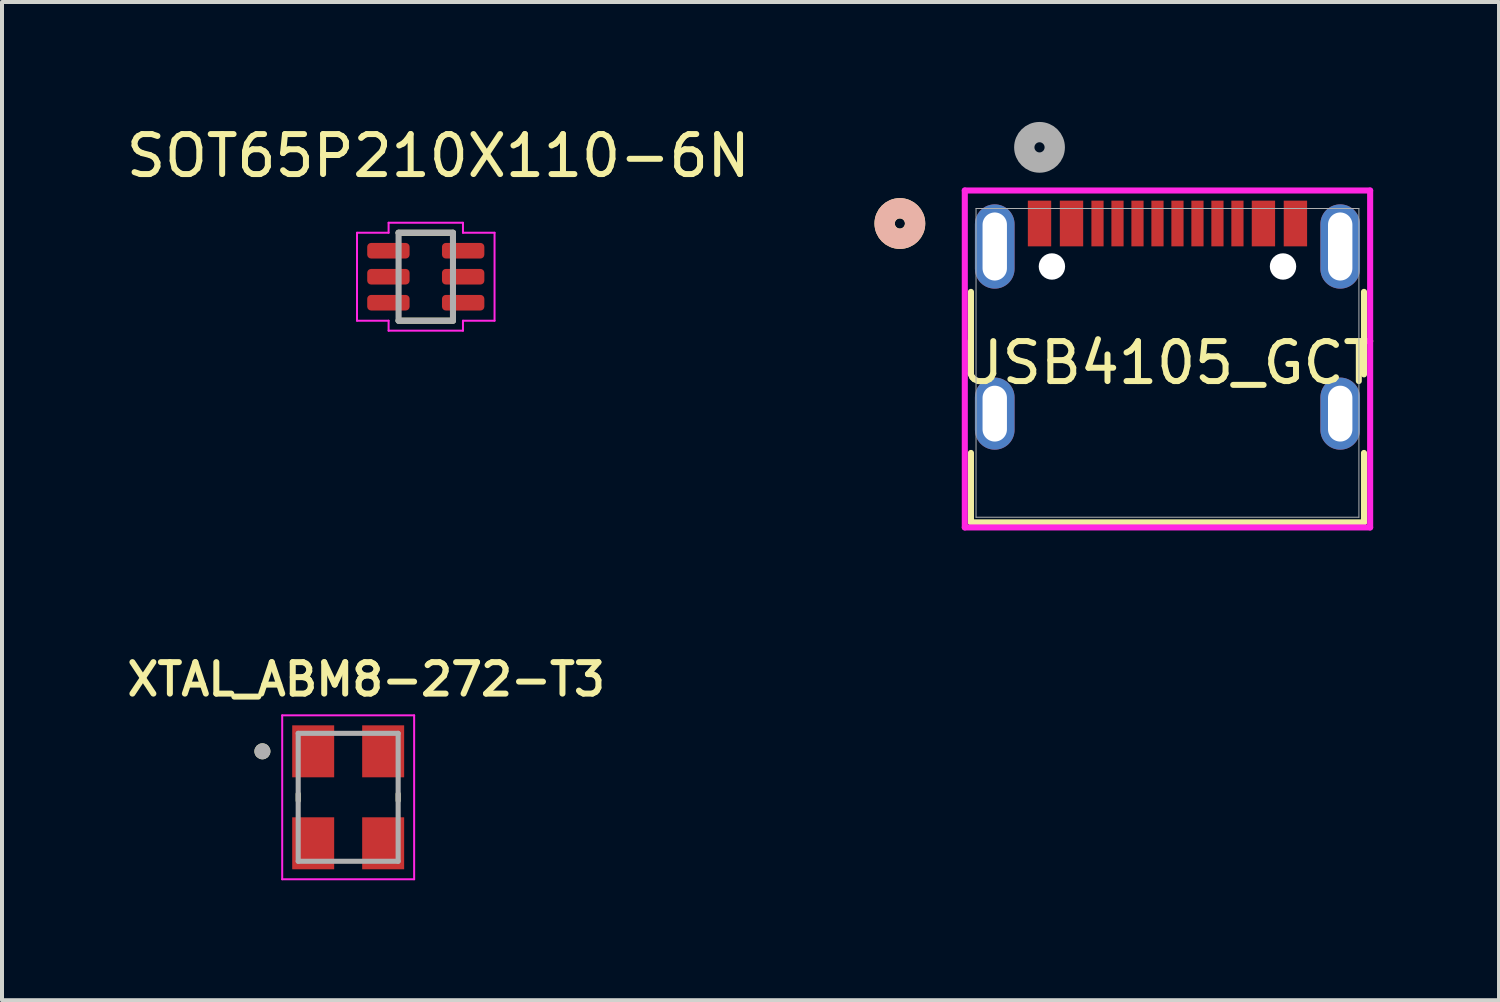
<source format=kicad_pcb>
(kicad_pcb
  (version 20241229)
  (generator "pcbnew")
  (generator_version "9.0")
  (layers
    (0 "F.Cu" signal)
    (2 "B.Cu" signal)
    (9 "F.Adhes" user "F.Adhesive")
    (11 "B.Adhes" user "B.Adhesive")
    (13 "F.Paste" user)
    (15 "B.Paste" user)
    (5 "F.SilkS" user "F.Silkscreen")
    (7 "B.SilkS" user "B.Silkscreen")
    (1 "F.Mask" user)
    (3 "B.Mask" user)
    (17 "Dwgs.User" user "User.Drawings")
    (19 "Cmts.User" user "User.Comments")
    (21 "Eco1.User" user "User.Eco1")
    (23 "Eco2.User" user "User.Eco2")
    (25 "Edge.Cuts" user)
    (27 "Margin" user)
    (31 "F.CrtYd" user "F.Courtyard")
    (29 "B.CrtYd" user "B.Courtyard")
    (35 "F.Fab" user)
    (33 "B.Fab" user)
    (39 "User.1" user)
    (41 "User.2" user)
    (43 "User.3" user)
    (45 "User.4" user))
  (footprint "XTAL_ABM8-272-T3"
    (layer "F.Cu")
    (at 5.658 16.891)
    (property "Reference" "XTAL_ABM8-272-T3" (at 0.45 -2.95 0) (layer "F.SilkS") (effects (font (size 0.787 0.787) (thickness 0.15))))
    (attr smd)
    (fp_line (start -1.25 -0.085) (end -1.25 0.085) (stroke (width 0.127) (type solid)) (layer "F.SilkS"))
    (fp_line (start 1.25 -0.085) (end 1.25 0.085) (stroke (width 0.127) (type solid)) (layer "F.SilkS"))
    (fp_circle (center -2.145 -1.15) (end -2.045 -1.15) (stroke (width 0.2) (type solid)) (fill no) (layer "F.SilkS"))
    (fp_line (start -1.65 -2.05) (end -1.65 2.05) (stroke (width 0.05) (type solid)) (layer "F.CrtYd"))
    (fp_line (start -1.65 2.05) (end 1.65 2.05) (stroke (width 0.05) (type solid)) (layer "F.CrtYd"))
    (fp_line (start 1.65 -2.05) (end -1.65 -2.05) (stroke (width 0.05) (type solid)) (layer "F.CrtYd"))
    (fp_line (start 1.65 2.05) (end 1.65 -2.05) (stroke (width 0.05) (type solid)) (layer "F.CrtYd"))
    (fp_line (start -1.25 -1.6) (end -1.25 1.6) (stroke (width 0.127) (type solid)) (layer "F.Fab"))
    (fp_line (start -1.25 1.6) (end 1.25 1.6) (stroke (width 0.127) (type solid)) (layer "F.Fab"))
    (fp_line (start 1.25 -1.6) (end -1.25 -1.6) (stroke (width 0.127) (type solid)) (layer "F.Fab"))
    (fp_line (start 1.25 1.6) (end 1.25 -1.6) (stroke (width 0.127) (type solid)) (layer "F.Fab"))
    (fp_circle (center -2.145 -1.15) (end -2.045 -1.15) (stroke (width 0.2) (type solid)) (fill no) (layer "F.Fab"))
    (pad "1" smd rect (at -0.875 -1.15) (size 1.05 1.3) (layers "F.Cu" "F.Mask" "F.Paste"))
    (pad "2" smd rect (at -0.875 1.15) (size 1.05 1.3) (layers "F.Cu" "F.Mask" "F.Paste"))
    (pad "3" smd rect (at 0.875 1.15) (size 1.05 1.3) (layers "F.Cu" "F.Mask" "F.Paste"))
    (pad "4" smd rect (at 0.875 -1.15) (size 1.05 1.3) (layers "F.Cu" "F.Mask" "F.Paste")))
  (footprint "SOT65P210X110-6N"
    (layer "F.Cu")
    (at 7.599 3.871)
    (property "Reference" "SOT65P210X110-6N" (at 0.312 -3.023 0) (layer "F.SilkS") (effects (font (size 1 1) (thickness 0.15))))
    (attr smd)
    (fp_line (start -0.68 1.1) (end 0.68 1.1) (stroke (width 0.152) (type solid)) (layer "F.SilkS"))
    (fp_line (start 0.68 -1.1) (end -0.68 -1.1) (stroke (width 0.152) (type solid)) (layer "F.SilkS"))
    (fp_line (start -1.72 -1.1) (end -0.93 -1.1) (stroke (width 0.05) (type solid)) (layer "F.CrtYd"))
    (fp_line (start -1.72 1.1) (end -1.72 -1.1) (stroke (width 0.05) (type solid)) (layer "F.CrtYd"))
    (fp_line (start -0.93 -1.35) (end 0.93 -1.35) (stroke (width 0.05) (type solid)) (layer "F.CrtYd"))
    (fp_line (start -0.93 -1.1) (end -0.93 -1.35) (stroke (width 0.05) (type solid)) (layer "F.CrtYd"))
    (fp_line (start -0.93 1.1) (end -1.72 1.1) (stroke (width 0.05) (type solid)) (layer "F.CrtYd"))
    (fp_line (start -0.93 1.35) (end -0.93 1.1) (stroke (width 0.05) (type solid)) (layer "F.CrtYd"))
    (fp_line (start 0.93 -1.35) (end 0.93 -1.1) (stroke (width 0.05) (type solid)) (layer "F.CrtYd"))
    (fp_line (start 0.93 -1.1) (end 1.72 -1.1) (stroke (width 0.05) (type solid)) (layer "F.CrtYd"))
    (fp_line (start 0.93 1.1) (end 0.93 1.35) (stroke (width 0.05) (type solid)) (layer "F.CrtYd"))
    (fp_line (start 0.93 1.35) (end -0.93 1.35) (stroke (width 0.05) (type solid)) (layer "F.CrtYd"))
    (fp_line (start 1.72 -1.1) (end 1.72 1.1) (stroke (width 0.05) (type solid)) (layer "F.CrtYd"))
    (fp_line (start 1.72 1.1) (end 0.93 1.1) (stroke (width 0.05) (type solid)) (layer "F.CrtYd"))
    (fp_line (start -0.68 -1.1) (end -0.68 1.1) (stroke (width 0.152) (type solid)) (layer "F.Fab"))
    (fp_line (start -0.68 1.1) (end 0.68 1.1) (stroke (width 0.152) (type solid)) (layer "F.Fab"))
    (fp_line (start 0.68 -1.1) (end -0.68 -1.1) (stroke (width 0.152) (type solid)) (layer "F.Fab"))
    (fp_line (start 0.68 1.1) (end 0.68 -1.1) (stroke (width 0.152) (type solid)) (layer "F.Fab"))
    (pad "1" smd roundrect (at -0.935 -0.65) (size 1.06 0.39) (layers "F.Cu" "F.Mask" "F.Paste") (roundrect_rratio 0.25))
    (pad "2" smd roundrect (at -0.935 0) (size 1.06 0.39) (layers "F.Cu" "F.Mask" "F.Paste") (roundrect_rratio 0.25))
    (pad "3" smd roundrect (at -0.935 0.65) (size 1.06 0.39) (layers "F.Cu" "F.Mask" "F.Paste") (roundrect_rratio 0.25))
    (pad "4" smd roundrect (at 0.935 0.65) (size 1.06 0.39) (layers "F.Cu" "F.Mask" "F.Paste") (roundrect_rratio 0.25))
    (pad "5" smd roundrect (at 0.935 0) (size 1.06 0.39) (layers "F.Cu" "F.Mask" "F.Paste") (roundrect_rratio 0.25))
    (pad "6" smd roundrect (at 0.935 -0.65) (size 1.06 0.39) (layers "F.Cu" "F.Mask" "F.Paste") (roundrect_rratio 0.25)))
  (footprint "USB4105_GCT"
    (layer "F.Cu")
    (at 26.149 6.026)
    (property "Reference" "USB4105_GCT" (at 0 0 0) (unlocked yes) (layer "F.SilkS") (effects (font (size 1 1) (thickness 0.15))))
    (attr smd)
    (fp_line (start -4.915 -1.776) (end -4.915 0.287) (stroke (width 0.152) (type solid)) (layer "F.SilkS"))
    (fp_line (start -4.915 2.252) (end -4.915 3.988) (stroke (width 0.152) (type solid)) (layer "F.SilkS"))
    (fp_line (start -4.915 3.988) (end 4.915 3.988) (stroke (width 0.152) (type solid)) (layer "F.SilkS"))
    (fp_line (start 4.915 0.287) (end 4.915 -1.776) (stroke (width 0.152) (type solid)) (layer "F.SilkS"))
    (fp_line (start 4.915 3.988) (end 4.915 2.252) (stroke (width 0.152) (type solid)) (layer "F.SilkS"))
    (fp_circle (center -6.693 -3.486) (end -6.312 -3.486) (stroke (width 0.508) (type solid)) (fill no) (layer "F.SilkS"))
    (fp_circle (center -6.693 -3.486) (end -6.312 -3.486) (stroke (width 0.508) (type solid)) (fill no) (layer "B.SilkS"))
    (fp_line (start -5.069 -4.311) (end -5.069 4.115) (stroke (width 0.152) (type solid)) (layer "F.CrtYd"))
    (fp_line (start -5.069 4.115) (end 5.069 4.115) (stroke (width 0.152) (type solid)) (layer "F.CrtYd"))
    (fp_line (start 5.069 -4.311) (end -5.069 -4.311) (stroke (width 0.152) (type solid)) (layer "F.CrtYd"))
    (fp_line (start 5.069 4.115) (end 5.069 -4.311) (stroke (width 0.152) (type solid)) (layer "F.CrtYd"))
    (fp_line (start -4.788 -3.861) (end -4.788 3.861) (stroke (width 0.025) (type solid)) (layer "F.Fab"))
    (fp_line (start -4.788 3.861) (end 4.788 3.861) (stroke (width 0.025) (type solid)) (layer "F.Fab"))
    (fp_line (start 4.788 -3.861) (end -4.788 -3.861) (stroke (width 0.025) (type solid)) (layer "F.Fab"))
    (fp_line (start 4.788 3.861) (end 4.788 -3.861) (stroke (width 0.025) (type solid)) (layer "F.Fab"))
    (fp_circle (center -3.2 -5.391) (end -2.819 -5.391) (stroke (width 0.508) (type solid)) (fill no) (layer "F.Fab"))
    (pad "" np_thru_hole oval (at -4.32 -2.911) (size 0.991 2.108) (drill oval 0.61 1.702) (layers "*.Cu" "*.Mask"))
    (pad "" np_thru_hole oval (at -4.32 1.269) (size 0.991 1.803) (drill oval 0.61 1.397) (layers "*.Cu" "*.Mask"))
    (pad "" np_thru_hole circle (at -2.89 -2.411) (size 0.66 0.66) (drill 0.66) (layers "*.Cu" "*.Mask"))
    (pad "" np_thru_hole circle (at 2.89 -2.411) (size 0.66 0.66) (drill 0.66) (layers "*.Cu" "*.Mask"))
    (pad "" np_thru_hole oval (at 4.32 -2.911) (size 0.991 2.108) (drill oval 0.61 1.702) (layers "*.Cu" "*.Mask"))
    (pad "" np_thru_hole oval (at 4.32 1.269) (size 0.991 1.803) (drill oval 0.61 1.397) (layers "*.Cu" "*.Mask"))
    (pad "A1-B12" smd rect (at -3.2 -3.486) (size 0.584 1.143) (layers "F.Cu" "F.Mask" "F.Paste"))
    (pad "A4-B9" smd rect (at -2.4 -3.486) (size 0.584 1.143) (layers "F.Cu" "F.Mask" "F.Paste"))
    (pad "A5" smd rect (at -1.25 -3.486) (size 0.305 1.143) (layers "F.Cu" "F.Mask" "F.Paste"))
    (pad "A6" smd rect (at -0.25 -3.486) (size 0.305 1.143) (layers "F.Cu" "F.Mask" "F.Paste"))
    (pad "A7" smd rect (at 0.25 -3.486) (size 0.305 1.143) (layers "F.Cu" "F.Mask" "F.Paste"))
    (pad "A8" smd rect (at 1.25 -3.486) (size 0.305 1.143) (layers "F.Cu" "F.Mask" "F.Paste"))
    (pad "B1-A12" smd rect (at 3.2 -3.486) (size 0.584 1.143) (layers "F.Cu" "F.Mask" "F.Paste"))
    (pad "B4-A9" smd rect (at 2.4 -3.486) (size 0.584 1.143) (layers "F.Cu" "F.Mask" "F.Paste"))
    (pad "B5" smd rect (at 1.75 -3.486) (size 0.305 1.143) (layers "F.Cu" "F.Mask" "F.Paste"))
    (pad "B6" smd rect (at 0.75 -3.486) (size 0.305 1.143) (layers "F.Cu" "F.Mask" "F.Paste"))
    (pad "B7" smd rect (at -0.75 -3.486) (size 0.305 1.143) (layers "F.Cu" "F.Mask" "F.Paste"))
    (pad "B8" smd rect (at -1.75 -3.486) (size 0.305 1.143) (layers "F.Cu" "F.Mask" "F.Paste")))
  (gr_rect
    (start -3 -3)
    (end 34.441 21.966)
    (stroke (width 0.1) (type default))
    (fill no)
    (layer "Edge.Cuts")))
</source>
